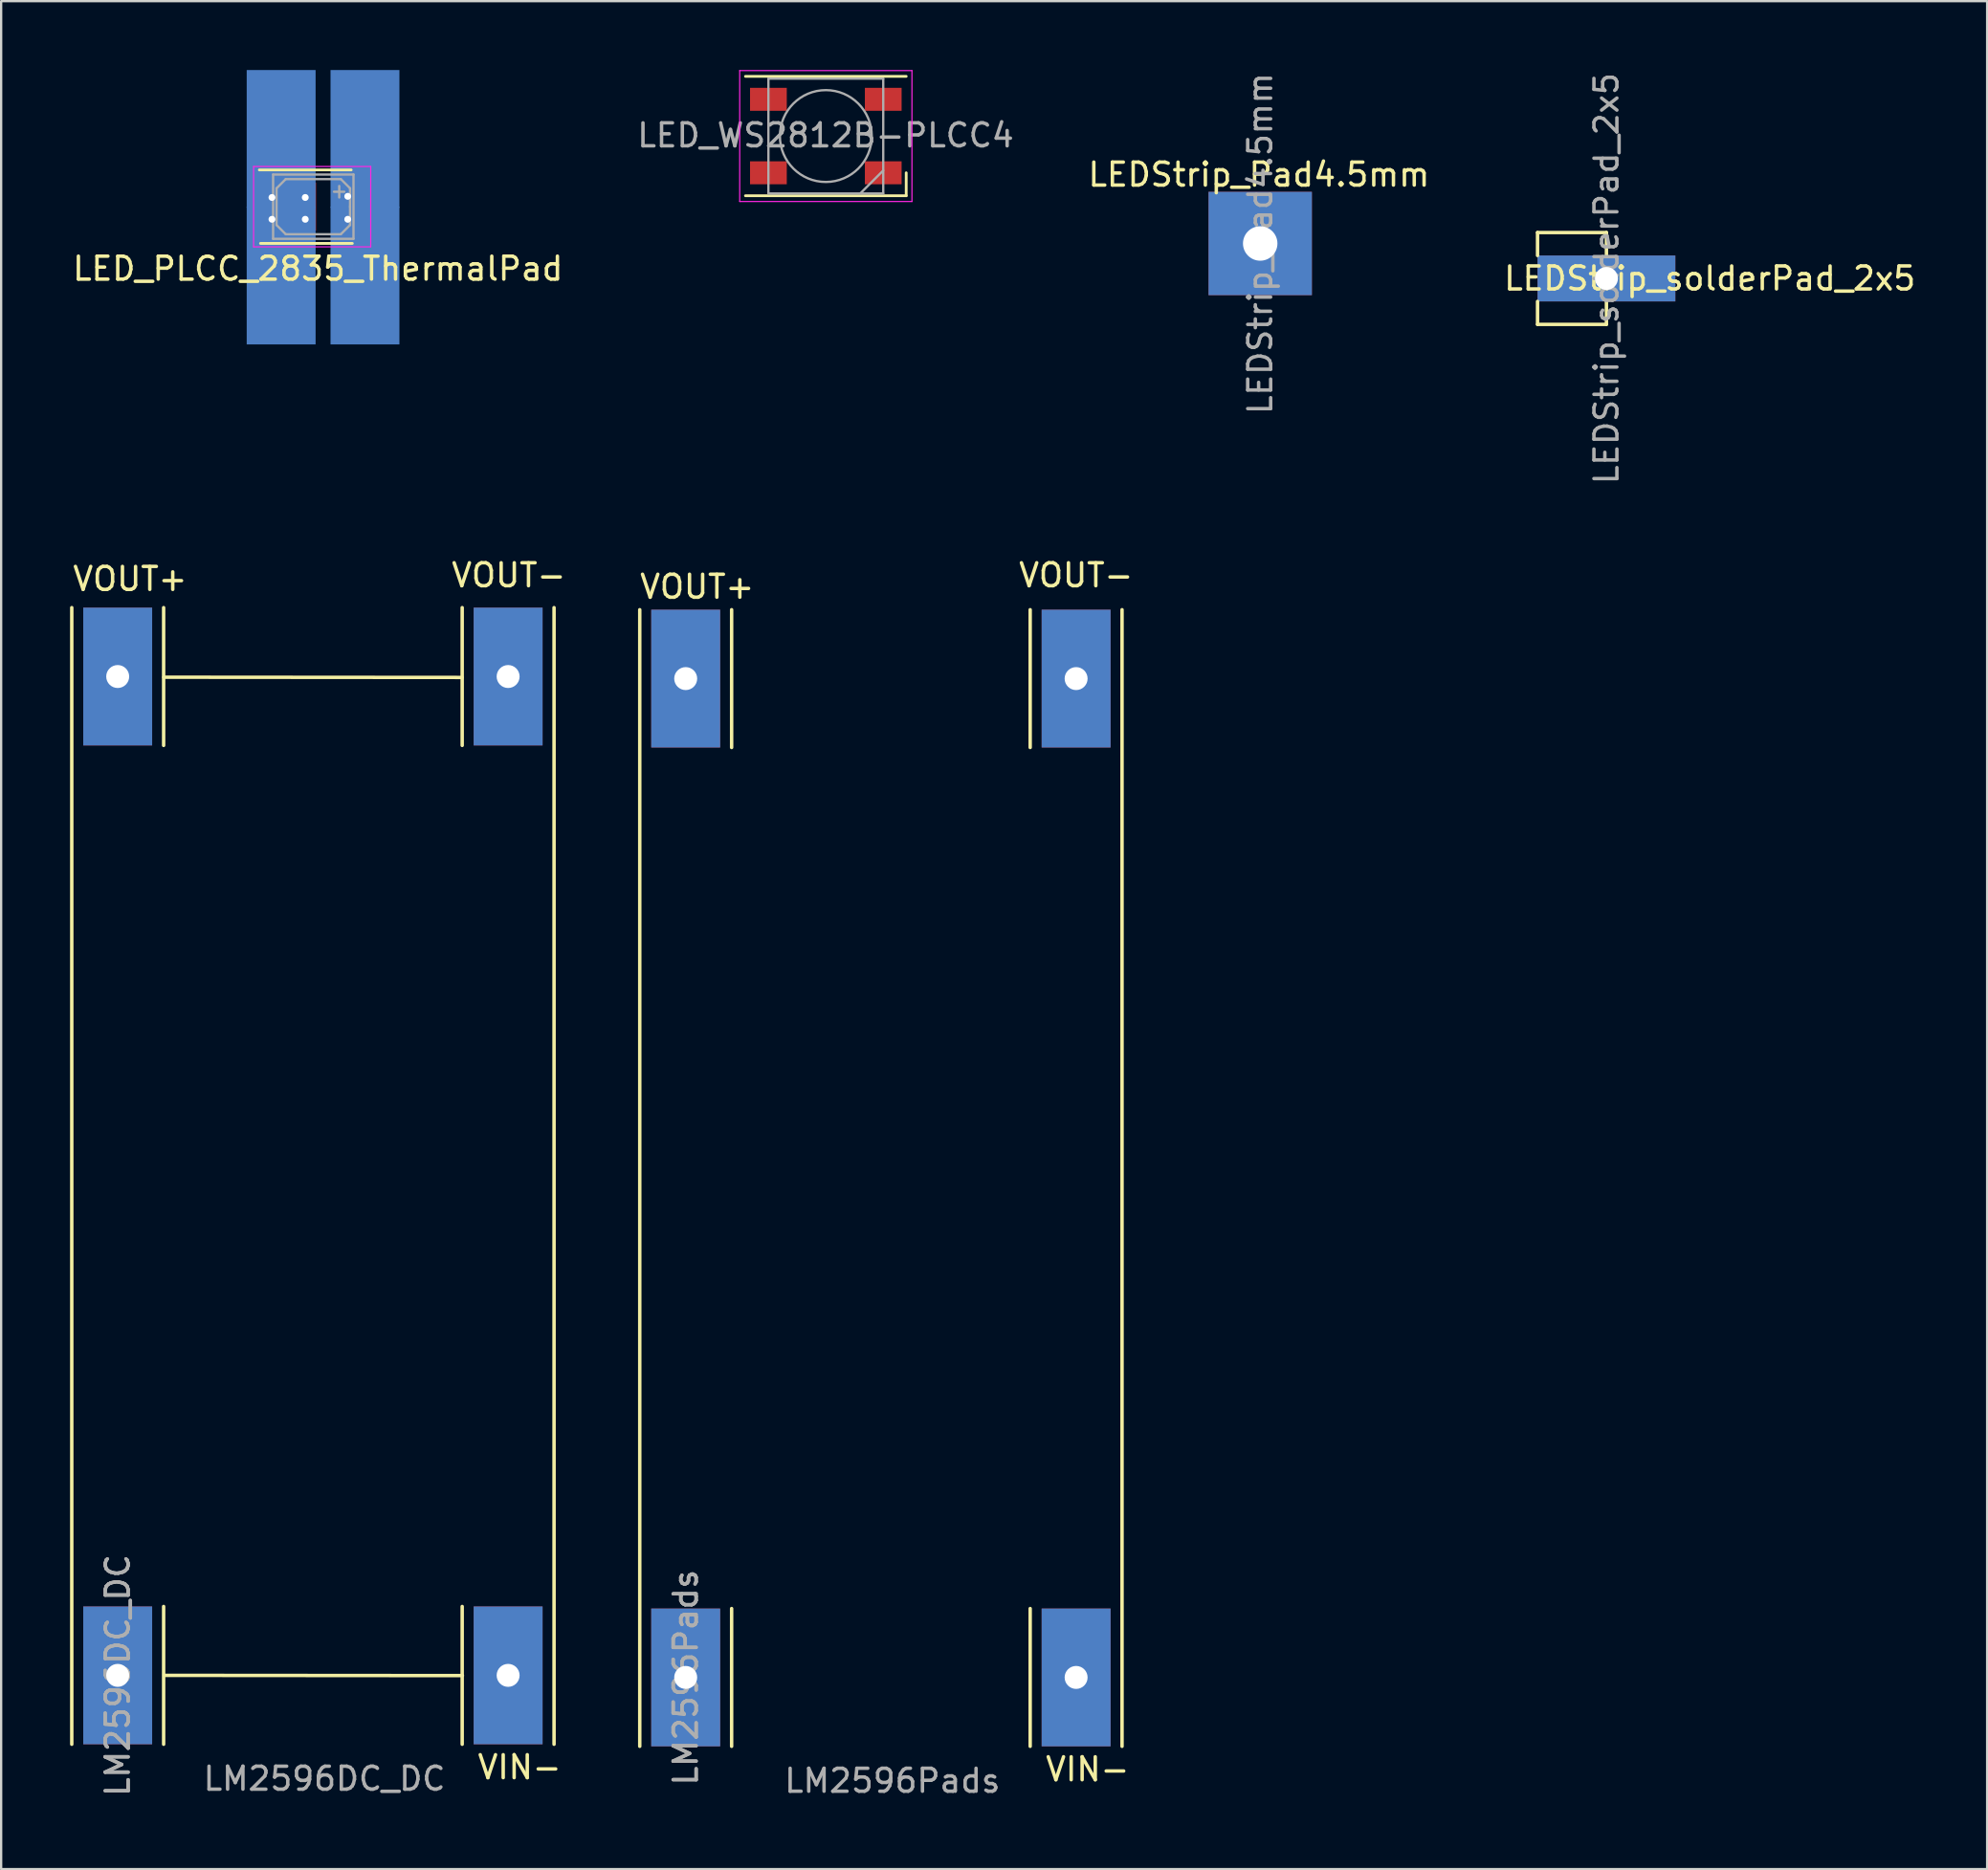
<source format=kicad_pcb>
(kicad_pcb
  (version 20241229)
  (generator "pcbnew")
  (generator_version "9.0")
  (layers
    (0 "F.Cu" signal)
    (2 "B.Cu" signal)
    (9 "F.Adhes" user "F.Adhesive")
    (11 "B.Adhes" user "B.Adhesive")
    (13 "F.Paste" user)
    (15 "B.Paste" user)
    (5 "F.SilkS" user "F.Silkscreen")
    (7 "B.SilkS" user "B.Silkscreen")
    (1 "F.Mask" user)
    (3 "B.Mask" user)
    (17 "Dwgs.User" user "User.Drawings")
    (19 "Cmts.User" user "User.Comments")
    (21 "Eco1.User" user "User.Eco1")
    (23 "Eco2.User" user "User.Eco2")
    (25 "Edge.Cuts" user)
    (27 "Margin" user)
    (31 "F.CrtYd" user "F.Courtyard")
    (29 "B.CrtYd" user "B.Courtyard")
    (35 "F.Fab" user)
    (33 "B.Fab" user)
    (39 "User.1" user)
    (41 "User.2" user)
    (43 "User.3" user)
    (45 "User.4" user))
  (footprint "LEDStrip_solderPad_2x5"
    (layer "F.Cu")
    (at 66.899 9.077)
    (property "Reference" "LEDStrip_solderPad_2x5" (at 4.5 0 0) (layer "F.SilkS") (effects (font (size 1 1) (thickness 0.15))))
    (attr through_hole)
    (fp_line (start -3 -1) (end -3 -2) (stroke (width 0.15) (type solid)) (layer "F.SilkS"))
    (fp_line (start -3 1) (end -3 2) (stroke (width 0.15) (type solid)) (layer "F.SilkS"))
    (fp_line (start 0 -2) (end -3 -2) (stroke (width 0.15) (type solid)) (layer "F.SilkS"))
    (fp_line (start 0 -1) (end 0 -2) (stroke (width 0.15) (type solid)) (layer "F.SilkS"))
    (fp_line (start 0 2) (end -3 2) (stroke (width 0.15) (type solid)) (layer "F.SilkS"))
    (fp_line (start 0 2) (end 0 1) (stroke (width 0.15) (type solid)) (layer "F.SilkS"))
    (fp_text user "${REFERENCE}" (at 0 0 90) (layer "F.Fab") (effects (font (size 1 1) (thickness 0.15))))
    (pad "1" thru_hole rect (at 0 0) (size 6 2) (drill 1) (layers "*.Cu" "*.Mask")))
  (footprint "LED_WS2812B-PLCC4"
    (layer "F.Cu")
    (at 32.909 2.875)
    (property "Reference" "LED_WS2812B-PLCC4" (at -0.01 -0.03 0) (layer "F.Fab") (effects (font (size 1 1) (thickness 0.15))))
    (attr smd)
    (fp_line (start -3.5 -2.6) (end 3.5 -2.6) (stroke (width 0.12) (type solid)) (layer "F.SilkS"))
    (fp_line (start -3.5 2.6) (end 3.5 2.6) (stroke (width 0.12) (type solid)) (layer "F.SilkS"))
    (fp_line (start 3.5 2.6) (end 3.5 1.6) (stroke (width 0.12) (type solid)) (layer "F.SilkS"))
    (fp_line (start -3.75 -2.85) (end -3.75 2.85) (stroke (width 0.05) (type solid)) (layer "F.CrtYd"))
    (fp_line (start -3.75 2.85) (end 3.75 2.85) (stroke (width 0.05) (type solid)) (layer "F.CrtYd"))
    (fp_line (start 3.75 -2.85) (end -3.75 -2.85) (stroke (width 0.05) (type solid)) (layer "F.CrtYd"))
    (fp_line (start 3.75 2.85) (end 3.75 -2.85) (stroke (width 0.05) (type solid)) (layer "F.CrtYd"))
    (fp_line (start -2.5 -2.5) (end -2.5 2.5) (stroke (width 0.1) (type solid)) (layer "F.Fab"))
    (fp_line (start -2.5 2.5) (end 2.5 2.5) (stroke (width 0.1) (type solid)) (layer "F.Fab"))
    (fp_line (start 2.5 -2.5) (end -2.5 -2.5) (stroke (width 0.1) (type solid)) (layer "F.Fab"))
    (fp_line (start 2.5 1.5) (end 1.5 2.5) (stroke (width 0.1) (type solid)) (layer "F.Fab"))
    (fp_line (start 2.5 2.5) (end 2.5 -2.5) (stroke (width 0.1) (type solid)) (layer "F.Fab"))
    (fp_circle (center 0 0) (end 0 -2) (stroke (width 0.1) (type solid)) (fill no) (layer "F.Fab"))
    (pad "1" smd rect (at -2.5 -1.6) (size 1.6 1) (layers "F.Cu" "F.Mask" "F.Paste"))
    (pad "2" smd rect (at -2.5 1.6) (size 1.6 1) (layers "F.Cu" "F.Mask" "F.Paste"))
    (pad "3" smd rect (at 2.5 1.6) (size 1.6 1) (layers "F.Cu" "F.Mask" "F.Paste"))
    (pad "4" smd rect (at 2.5 -1.6) (size 1.6 1) (layers "F.Cu" "F.Mask" "F.Paste")))
  (footprint "LEDStrip_Pad4.5mm"
    (layer "F.Cu")
    (at 51.823 7.554)
    (property "Reference" "LEDStrip_Pad4.5mm" (at -0.055 -3 0) (layer "F.SilkS") (effects (font (size 1 1) (thickness 0.15))))
    (attr through_hole)
    (fp_text user "${REFERENCE}" (at 0 0 90) (layer "F.Fab") (effects (font (size 1 1) (thickness 0.15))))
    (pad "1" thru_hole rect (at 0 0) (size 4.5 4.5) (drill 1.5) (layers "*.Cu" "*.Mask")))
  (footprint "LM2596DC_DC"
    (layer "F.Cu")
    (at 2.075 69.913)
    (property "Reference" "LM2596DC_DC" (at 9 4.5 0) (layer "F.Fab") (effects (font (size 1 1) (thickness 0.15))))
    (attr through_hole)
    (fp_line (start -2 -46.5) (end -2 3) (stroke (width 0.15) (type solid)) (layer "F.SilkS"))
    (fp_line (start 2 -46.5) (end 2 -40.5) (stroke (width 0.15) (type solid)) (layer "F.SilkS"))
    (fp_line (start 2 -3) (end 2 3) (stroke (width 0.15) (type solid)) (layer "F.SilkS"))
    (fp_line (start 2.01 -43.47) (end 14.99 -43.46) (stroke (width 0.15) (type solid)) (layer "F.SilkS"))
    (fp_line (start 2.03 0) (end 15.01 0.01) (stroke (width 0.15) (type solid)) (layer "F.SilkS"))
    (fp_line (start 15 -46.5) (end 15 -40.5) (stroke (width 0.15) (type solid)) (layer "F.SilkS"))
    (fp_line (start 15 -3) (end 15 3) (stroke (width 0.15) (type solid)) (layer "F.SilkS"))
    (fp_line (start 19 -46.5) (end 19 3) (stroke (width 0.15) (type solid)) (layer "F.SilkS"))
    (fp_text user "VOUT+" (at 0.54 -47.75 180) (layer "F.SilkS") (effects (font (size 1 1) (thickness 0.15))))
    (fp_text user "VOUT-" (at 17.03 -47.91 180) (layer "F.SilkS") (effects (font (size 1 1) (thickness 0.15))))
    (fp_text user "VIN-" (at 17.5 4 180) (layer "F.SilkS") (effects (font (size 1 1) (thickness 0.15))))
    (fp_text user "${REFERENCE}" (at 0 0 90) (layer "F.Fab") (effects (font (size 1 1) (thickness 0.15))))
    (fp_text user "${REFERENCE}" (at 0 0 90) (layer "F.Fab") (effects (font (size 1 1) (thickness 0.15))))
    (pad "1" thru_hole rect (at 0 0) (size 3 6) (drill 1) (layers "*.Cu" "*.Mask"))
    (pad "2" thru_hole rect (at 17 0) (size 3 6) (drill 1) (layers "*.Cu" "*.Mask"))
    (pad "3" thru_hole rect (at 0 -43.5) (size 3 6) (drill 1) (layers "*.Cu" "*.Mask"))
    (pad "4" thru_hole rect (at 17 -43.5) (size 3 6) (drill 1) (layers "*.Cu" "*.Mask")))
  (footprint "LED_PLCC_2835_ThermalPad"
    (layer "F.Cu")
    (at 10.792 5.95)
    (property "Reference" "LED_PLCC_2835_ThermalPad" (at 0 2.7 0) (layer "F.SilkS") (effects (font (size 1 1) (thickness 0.15))))
    (attr smd)
    (fp_line (start 1.45 -1.6) (end -2.55 -1.6) (stroke (width 0.12) (type solid)) (layer "F.SilkS"))
    (fp_line (start 1.5 1.6) (end -2.5 1.6) (stroke (width 0.12) (type solid)) (layer "F.SilkS"))
    (fp_line (start -2.8 -1.75) (end 2.3 -1.75) (stroke (width 0.05) (type solid)) (layer "F.CrtYd"))
    (fp_line (start -2.8 1.75) (end -2.8 -1.75) (stroke (width 0.05) (type solid)) (layer "F.CrtYd"))
    (fp_line (start 2.3 -1.75) (end 2.3 1.75) (stroke (width 0.05) (type solid)) (layer "F.CrtYd"))
    (fp_line (start 2.3 1.75) (end -2.8 1.75) (stroke (width 0.05) (type solid)) (layer "F.CrtYd"))
    (fp_line (start -1.95 -1.4) (end 1.55 -1.4) (stroke (width 0.1) (type solid)) (layer "F.Fab"))
    (fp_line (start -1.95 1.4) (end -1.95 -1.4) (stroke (width 0.1) (type solid)) (layer "F.Fab"))
    (fp_line (start -1.8 -0.8) (end -1.4 -1.2) (stroke (width 0.1) (type solid)) (layer "F.Fab"))
    (fp_line (start -1.8 0.8) (end -1.8 -0.8) (stroke (width 0.1) (type solid)) (layer "F.Fab"))
    (fp_line (start -1.4 -1.2) (end 1 -1.2) (stroke (width 0.1) (type solid)) (layer "F.Fab"))
    (fp_line (start -1.4 1.2) (end -1.8 0.8) (stroke (width 0.1) (type solid)) (layer "F.Fab"))
    (fp_line (start 0.93 -0.4) (end 0.93 -0.9) (stroke (width 0.1) (type solid)) (layer "F.Fab"))
    (fp_line (start 1 -1.2) (end 1.4 -0.8) (stroke (width 0.1) (type solid)) (layer "F.Fab"))
    (fp_line (start 1 1.2) (end -1.4 1.2) (stroke (width 0.1) (type solid)) (layer "F.Fab"))
    (fp_line (start 1.15 -0.65) (end 0.7 -0.65) (stroke (width 0.1) (type solid)) (layer "F.Fab"))
    (fp_line (start 1.4 -0.8) (end 1.4 0) (stroke (width 0.1) (type solid)) (layer "F.Fab"))
    (fp_line (start 1.4 0) (end 1.4 0.8) (stroke (width 0.1) (type solid)) (layer "F.Fab"))
    (fp_line (start 1.4 0.8) (end 1 1.2) (stroke (width 0.1) (type solid)) (layer "F.Fab"))
    (fp_line (start 1.55 -1.4) (end 1.55 1.4) (stroke (width 0.1) (type solid)) (layer "F.Fab"))
    (fp_line (start 1.55 1.4) (end -1.95 1.4) (stroke (width 0.1) (type solid)) (layer "F.Fab"))
    (pad "1" thru_hole circle (at -2 -0.4) (size 0.6 0.6) (drill 0.3) (layers "*.Cu" "*.Mask"))
    (pad "1" thru_hole circle (at -2 0.55) (size 0.6 0.6) (drill 0.3) (layers "*.Cu" "*.Mask"))
    (pad "1" smd rect (at -1.6 -2.95) (size 3 6) (layers "B.Cu" "B.Mask" "B.Paste"))
    (pad "1" smd rect (at -1.6 3) (size 3 6) (layers "B.Cu" "B.Mask" "B.Paste"))
    (pad "1" smd rect (at -1.33 0 180) (size 2.5 2.1) (layers "F.Cu" "F.Mask" "F.Paste"))
    (pad "1" thru_hole circle (at -0.55 -0.4) (size 0.6 0.6) (drill 0.3) (layers "*.Cu" "*.Mask"))
    (pad "1" thru_hole circle (at -0.55 0.55) (size 0.6 0.6) (drill 0.3) (layers "*.Cu" "*.Mask"))
    (pad "2" thru_hole circle (at 1.3 -0.45) (size 0.6 0.6) (drill 0.3) (layers "*.Cu" "*.Mask"))
    (pad "2" thru_hole circle (at 1.3 0.55) (size 0.6 0.6) (drill 0.3) (layers "*.Cu" "*.Mask"))
    (pad "2" smd rect (at 1.33 0 180) (size 1.5 2.1) (layers "F.Cu" "F.Mask" "F.Paste"))
    (pad "2" smd rect (at 2.05 -2.95) (size 3 6) (layers "B.Cu" "B.Mask" "B.Paste"))
    (pad "2" smd rect (at 2.05 3) (size 3 6) (layers "B.Cu" "B.Mask" "B.Paste")))
  (footprint "LM2596Pads"
    (layer "F.Cu")
    (at 26.807 70.003)
    (property "Reference" "LM2596Pads" (at 9 4.5 0) (layer "F.Fab") (effects (font (size 1 1) (thickness 0.15))))
    (attr through_hole)
    (fp_line (start -2 -46.5) (end -2 3) (stroke (width 0.15) (type solid)) (layer "F.SilkS"))
    (fp_line (start 2 -46.5) (end 2 -40.5) (stroke (width 0.15) (type solid)) (layer "F.SilkS"))
    (fp_line (start 2 -3) (end 2 3) (stroke (width 0.15) (type solid)) (layer "F.SilkS"))
    (fp_line (start 15 -46.5) (end 15 -40.5) (stroke (width 0.15) (type solid)) (layer "F.SilkS"))
    (fp_line (start 15 -3) (end 15 3) (stroke (width 0.15) (type solid)) (layer "F.SilkS"))
    (fp_line (start 19 -46.5) (end 19 3) (stroke (width 0.15) (type solid)) (layer "F.SilkS"))
    (fp_text user "VIN-" (at 17.5 4 180) (layer "F.SilkS") (effects (font (size 1 1) (thickness 0.15))))
    (fp_text user "VOUT+" (at 0.5 -47.5 180) (layer "F.SilkS") (effects (font (size 1 1) (thickness 0.15))))
    (fp_text user "VOUT-" (at 17 -48 180) (layer "F.SilkS") (effects (font (size 1 1) (thickness 0.15))))
    (fp_text user "${REFERENCE}" (at 0 0 90) (layer "F.Fab") (effects (font (size 1 1) (thickness 0.15))))
    (fp_text user "${REFERENCE}" (at 0 0 90) (layer "F.Fab") (effects (font (size 1 1) (thickness 0.15))))
    (pad "1" thru_hole rect (at 0 0) (size 3 6) (drill 1) (layers "*.Cu" "*.Mask"))
    (pad "2" thru_hole rect (at 17 0) (size 3 6) (drill 1) (layers "*.Cu" "*.Mask"))
    (pad "3" thru_hole rect (at 0 -43.5) (size 3 6) (drill 1) (layers "*.Cu" "*.Mask"))
    (pad "4" thru_hole rect (at 17 -43.5) (size 3 6) (drill 1) (layers "*.Cu" "*.Mask")))
  (gr_rect
    (start -3 -3)
    (end 83.476 78.351)
    (stroke (width 0.1) (type default))
    (fill no)
    (layer "Edge.Cuts")))
</source>
